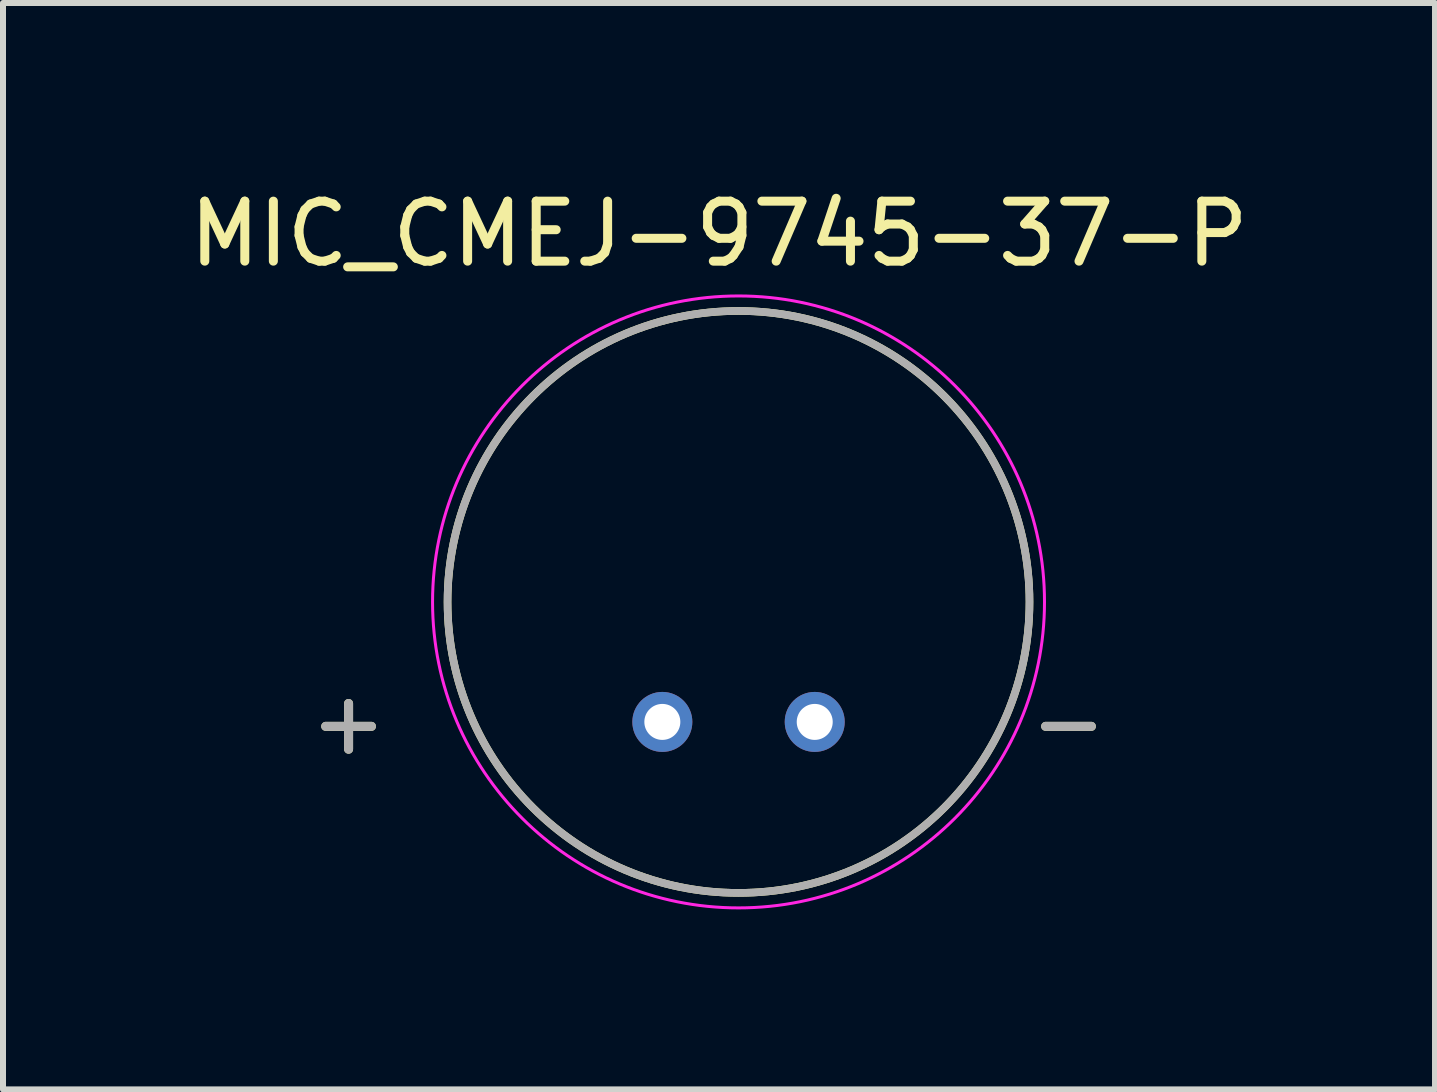
<source format=kicad_pcb>
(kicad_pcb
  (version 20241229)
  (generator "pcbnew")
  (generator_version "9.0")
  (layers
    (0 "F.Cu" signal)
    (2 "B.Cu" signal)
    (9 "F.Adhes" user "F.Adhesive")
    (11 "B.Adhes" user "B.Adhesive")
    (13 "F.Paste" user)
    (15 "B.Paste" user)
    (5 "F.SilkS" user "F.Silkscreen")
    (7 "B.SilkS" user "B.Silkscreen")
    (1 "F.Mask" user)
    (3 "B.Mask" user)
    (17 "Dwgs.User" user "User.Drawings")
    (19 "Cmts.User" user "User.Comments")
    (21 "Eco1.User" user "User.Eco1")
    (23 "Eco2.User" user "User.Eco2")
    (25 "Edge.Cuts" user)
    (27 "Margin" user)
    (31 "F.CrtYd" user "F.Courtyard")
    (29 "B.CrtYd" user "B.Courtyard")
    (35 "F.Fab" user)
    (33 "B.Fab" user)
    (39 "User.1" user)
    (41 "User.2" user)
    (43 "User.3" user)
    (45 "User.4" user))
  (footprint "MIC_CMEJ-9745-37-P"
    (layer "F.Cu")
    (at 9.26 6.983)
    (property "Reference" "MIC_CMEJ-9745-37-P" (at -0.325 -6.135 0) (layer "F.SilkS") (effects (font (size 1 1) (thickness 0.15))))
    (attr through_hole)
    (fp_circle (center 0 0) (end 4.85 0) (stroke (width 0.127) (type solid)) (fill no) (layer "F.SilkS"))
    (fp_circle (center 0 0) (end 5.1 0) (stroke (width 0.05) (type solid)) (fill no) (layer "F.CrtYd"))
    (fp_circle (center 0 0) (end 4.85 0) (stroke (width 0.127) (type solid)) (fill no) (layer "F.Fab"))
    (fp_text user "+" (at -6.5 2 0) (layer "F.SilkS") (effects (font (size 1 1) (thickness 0.15))))
    (fp_text user "-" (at 5.5 2 0) (layer "F.SilkS") (effects (font (size 1 1) (thickness 0.15))))
    (fp_text user "+" (at -6.5 2 0) (layer "F.Fab") (effects (font (size 1 1) (thickness 0.15))))
    (fp_text user "-" (at 5.5 2 0) (layer "F.Fab") (effects (font (size 1 1) (thickness 0.15))))
    (pad "N" thru_hole circle (at 1.27 2) (size 1 1) (drill 0.6) (layers "*.Cu" "*.Mask"))
    (pad "P" thru_hole circle (at -1.27 2) (size 1 1) (drill 0.6) (layers "*.Cu" "*.Mask")))
  (gr_rect
    (start -3 -3)
    (end 20.869 15.108)
    (stroke (width 0.1) (type default))
    (fill no)
    (layer "Edge.Cuts")))
</source>
